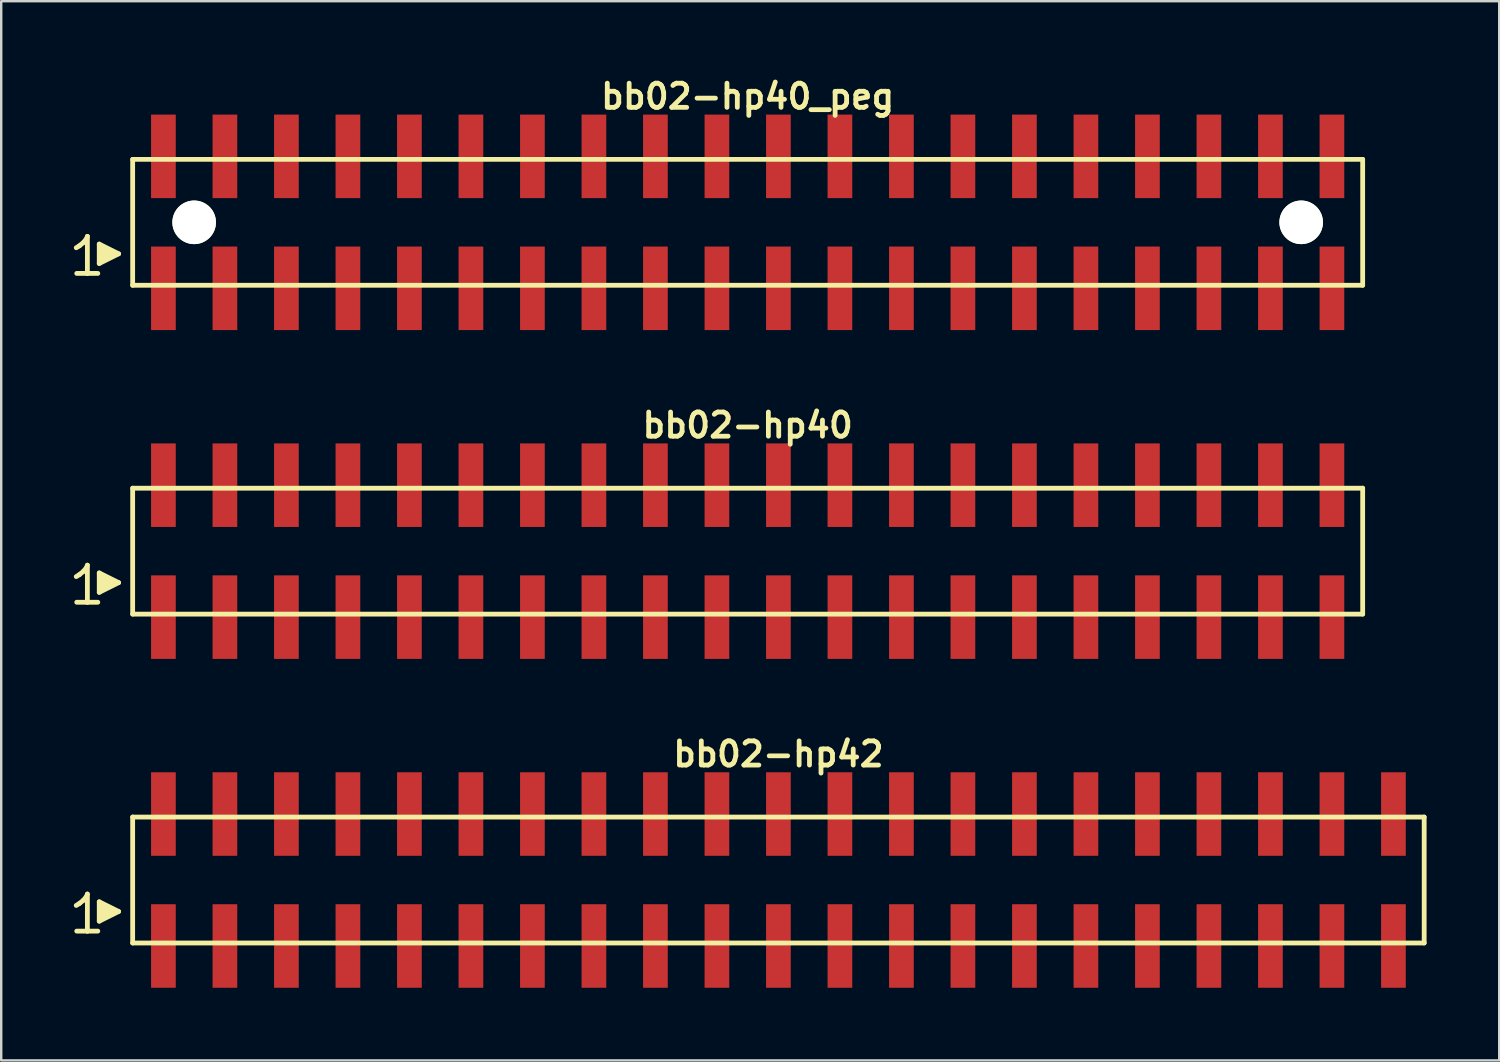
<source format=kicad_pcb>
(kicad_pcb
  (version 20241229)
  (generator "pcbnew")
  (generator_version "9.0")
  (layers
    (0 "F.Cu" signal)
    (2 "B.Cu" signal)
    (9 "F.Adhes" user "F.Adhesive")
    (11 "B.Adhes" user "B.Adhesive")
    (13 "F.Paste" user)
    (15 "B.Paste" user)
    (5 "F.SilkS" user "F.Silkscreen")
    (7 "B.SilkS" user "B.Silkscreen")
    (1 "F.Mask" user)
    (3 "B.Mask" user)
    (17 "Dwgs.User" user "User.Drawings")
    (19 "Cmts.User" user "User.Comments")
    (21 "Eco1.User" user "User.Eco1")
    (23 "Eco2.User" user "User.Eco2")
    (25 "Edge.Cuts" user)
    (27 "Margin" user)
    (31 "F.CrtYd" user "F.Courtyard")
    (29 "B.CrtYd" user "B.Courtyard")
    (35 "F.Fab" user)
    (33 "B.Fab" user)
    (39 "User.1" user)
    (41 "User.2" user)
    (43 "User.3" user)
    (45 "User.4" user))
  (footprint "bb02-hp40_peg"
    (layer "F.Cu")
    (at 27.829 6.132)
    (property "Reference" "bb02-hp40_peg" (at 0 -5.2 0) (layer "F.SilkS") (effects (font (size 0.998 0.998) (thickness 0.198))))
    (attr smd)
    (fp_line (start -27.73 1.05) (end -27.6 0.97) (stroke (width 0.198) (type solid)) (layer "F.SilkS"))
    (fp_line (start -27.6 0.97) (end -27.44 0.84) (stroke (width 0.198) (type solid)) (layer "F.SilkS"))
    (fp_line (start -27.44 0.84) (end -27.3 0.67) (stroke (width 0.198) (type solid)) (layer "F.SilkS"))
    (fp_line (start -27.3 0.67) (end -27.27 0.58) (stroke (width 0.198) (type solid)) (layer "F.SilkS"))
    (fp_line (start -27.27 0.58) (end -27.27 2.11) (stroke (width 0.198) (type solid)) (layer "F.SilkS"))
    (fp_line (start -27.27 2.11) (end -27.71 2.11) (stroke (width 0.198) (type solid)) (layer "F.SilkS"))
    (fp_line (start -26.84 2.11) (end -27.28 2.11) (stroke (width 0.198) (type solid)) (layer "F.SilkS"))
    (fp_line (start -26.78 0.9) (end -25.98 1.3) (stroke (width 0.198) (type solid)) (layer "F.SilkS"))
    (fp_line (start -26.78 1.7) (end -26.78 0.9) (stroke (width 0.198) (type solid)) (layer "F.SilkS"))
    (fp_line (start -26.68 1.6) (end -26.68 1) (stroke (width 0.198) (type solid)) (layer "F.SilkS"))
    (fp_line (start -26.58 1.1) (end -26.58 1.5) (stroke (width 0.198) (type solid)) (layer "F.SilkS"))
    (fp_line (start -26.48 1.5) (end -26.48 1.1) (stroke (width 0.198) (type solid)) (layer "F.SilkS"))
    (fp_line (start -26.38 1.2) (end -26.38 1.4) (stroke (width 0.198) (type solid)) (layer "F.SilkS"))
    (fp_line (start -26.28 1.4) (end -26.28 1.2) (stroke (width 0.198) (type solid)) (layer "F.SilkS"))
    (fp_line (start -25.98 1.3) (end -26.78 1.7) (stroke (width 0.198) (type solid)) (layer "F.SilkS"))
    (fp_line (start -25.4 -2.6) (end -25.4 2.6) (stroke (width 0.198) (type solid)) (layer "F.SilkS"))
    (fp_line (start -25.4 -2.6) (end 25.4 -2.6) (stroke (width 0.198) (type solid)) (layer "F.SilkS"))
    (fp_line (start 25.4 2.6) (end -25.4 2.6) (stroke (width 0.198) (type solid)) (layer "F.SilkS"))
    (fp_line (start 25.4 2.6) (end 25.4 -2.6) (stroke (width 0.198) (type solid)) (layer "F.SilkS"))
    (pad "" np_thru_hole circle (at -22.86 0) (size 1.8 1.8) (drill 1.8) (layers "*.Cu" "*.Mask" "F.SilkS"))
    (pad "" np_thru_hole circle (at 22.86 0) (size 1.8 1.8) (drill 1.8) (layers "*.Cu" "*.Mask" "F.SilkS"))
    (pad "1" smd rect (at -24.13 2.725) (size 1.02 3.45) (layers "F.Cu" "F.Mask" "F.Paste"))
    (pad "2" smd rect (at -24.13 -2.725) (size 1.02 3.45) (layers "F.Cu" "F.Mask" "F.Paste"))
    (pad "3" smd rect (at -21.59 2.725) (size 1.02 3.45) (layers "F.Cu" "F.Mask" "F.Paste"))
    (pad "4" smd rect (at -21.59 -2.725) (size 1.02 3.45) (layers "F.Cu" "F.Mask" "F.Paste"))
    (pad "5" smd rect (at -19.05 2.725) (size 1.02 3.45) (layers "F.Cu" "F.Mask" "F.Paste"))
    (pad "6" smd rect (at -19.05 -2.725) (size 1.02 3.45) (layers "F.Cu" "F.Mask" "F.Paste"))
    (pad "7" smd rect (at -16.51 2.725) (size 1.02 3.45) (layers "F.Cu" "F.Mask" "F.Paste"))
    (pad "8" smd rect (at -16.51 -2.725) (size 1.02 3.45) (layers "F.Cu" "F.Mask" "F.Paste"))
    (pad "9" smd rect (at -13.97 2.725) (size 1.02 3.45) (layers "F.Cu" "F.Mask" "F.Paste"))
    (pad "10" smd rect (at -13.97 -2.725) (size 1.02 3.45) (layers "F.Cu" "F.Mask" "F.Paste"))
    (pad "11" smd rect (at -11.43 2.725) (size 1.02 3.45) (layers "F.Cu" "F.Mask" "F.Paste"))
    (pad "12" smd rect (at -11.43 -2.725) (size 1.02 3.45) (layers "F.Cu" "F.Mask" "F.Paste"))
    (pad "13" smd rect (at -8.89 2.725) (size 1.02 3.45) (layers "F.Cu" "F.Mask" "F.Paste"))
    (pad "14" smd rect (at -8.89 -2.725) (size 1.02 3.45) (layers "F.Cu" "F.Mask" "F.Paste"))
    (pad "15" smd rect (at -6.35 2.725) (size 1.02 3.45) (layers "F.Cu" "F.Mask" "F.Paste"))
    (pad "16" smd rect (at -6.35 -2.725) (size 1.02 3.45) (layers "F.Cu" "F.Mask" "F.Paste"))
    (pad "17" smd rect (at -3.81 2.725) (size 1.02 3.45) (layers "F.Cu" "F.Mask" "F.Paste"))
    (pad "18" smd rect (at -3.81 -2.725) (size 1.02 3.45) (layers "F.Cu" "F.Mask" "F.Paste"))
    (pad "19" smd rect (at -1.27 2.725) (size 1.02 3.45) (layers "F.Cu" "F.Mask" "F.Paste"))
    (pad "20" smd rect (at -1.27 -2.725) (size 1.02 3.45) (layers "F.Cu" "F.Mask" "F.Paste"))
    (pad "21" smd rect (at 1.27 2.725) (size 1.02 3.45) (layers "F.Cu" "F.Mask" "F.Paste"))
    (pad "22" smd rect (at 1.27 -2.725) (size 1.02 3.45) (layers "F.Cu" "F.Mask" "F.Paste"))
    (pad "23" smd rect (at 3.81 2.725) (size 1.02 3.45) (layers "F.Cu" "F.Mask" "F.Paste"))
    (pad "24" smd rect (at 3.81 -2.725) (size 1.02 3.45) (layers "F.Cu" "F.Mask" "F.Paste"))
    (pad "25" smd rect (at 6.35 2.725) (size 1.02 3.45) (layers "F.Cu" "F.Mask" "F.Paste"))
    (pad "26" smd rect (at 6.35 -2.725) (size 1.02 3.45) (layers "F.Cu" "F.Mask" "F.Paste"))
    (pad "27" smd rect (at 8.89 2.725) (size 1.02 3.45) (layers "F.Cu" "F.Mask" "F.Paste"))
    (pad "28" smd rect (at 8.89 -2.725) (size 1.02 3.45) (layers "F.Cu" "F.Mask" "F.Paste"))
    (pad "29" smd rect (at 11.43 2.725) (size 1.02 3.45) (layers "F.Cu" "F.Mask" "F.Paste"))
    (pad "30" smd rect (at 11.43 -2.725) (size 1.02 3.45) (layers "F.Cu" "F.Mask" "F.Paste"))
    (pad "31" smd rect (at 13.97 2.725) (size 1.02 3.45) (layers "F.Cu" "F.Mask" "F.Paste"))
    (pad "32" smd rect (at 13.97 -2.725) (size 1.02 3.45) (layers "F.Cu" "F.Mask" "F.Paste"))
    (pad "33" smd rect (at 16.51 2.725) (size 1.02 3.45) (layers "F.Cu" "F.Mask" "F.Paste"))
    (pad "34" smd rect (at 16.51 -2.725) (size 1.02 3.45) (layers "F.Cu" "F.Mask" "F.Paste"))
    (pad "35" smd rect (at 19.05 2.725) (size 1.02 3.45) (layers "F.Cu" "F.Mask" "F.Paste"))
    (pad "36" smd rect (at 19.05 -2.725) (size 1.02 3.45) (layers "F.Cu" "F.Mask" "F.Paste"))
    (pad "37" smd rect (at 21.59 2.725) (size 1.02 3.45) (layers "F.Cu" "F.Mask" "F.Paste"))
    (pad "38" smd rect (at 21.59 -2.725) (size 1.02 3.45) (layers "F.Cu" "F.Mask" "F.Paste"))
    (pad "39" smd rect (at 24.13 2.725) (size 1.02 3.45) (layers "F.Cu" "F.Mask" "F.Paste"))
    (pad "40" smd rect (at 24.13 -2.725) (size 1.02 3.45) (layers "F.Cu" "F.Mask" "F.Paste")))
  (footprint "bb02-hp42"
    (layer "F.Cu")
    (at 29.099 33.295)
    (property "Reference" "bb02-hp42" (at 0 -5.2 0) (layer "F.SilkS") (effects (font (size 0.998 0.998) (thickness 0.198))))
    (attr smd)
    (fp_line (start -29 1.05) (end -28.87 0.97) (stroke (width 0.198) (type solid)) (layer "F.SilkS"))
    (fp_line (start -28.87 0.97) (end -28.71 0.84) (stroke (width 0.198) (type solid)) (layer "F.SilkS"))
    (fp_line (start -28.71 0.84) (end -28.57 0.67) (stroke (width 0.198) (type solid)) (layer "F.SilkS"))
    (fp_line (start -28.57 0.67) (end -28.54 0.58) (stroke (width 0.198) (type solid)) (layer "F.SilkS"))
    (fp_line (start -28.54 0.58) (end -28.54 2.11) (stroke (width 0.198) (type solid)) (layer "F.SilkS"))
    (fp_line (start -28.54 2.11) (end -28.98 2.11) (stroke (width 0.198) (type solid)) (layer "F.SilkS"))
    (fp_line (start -28.11 2.11) (end -28.55 2.11) (stroke (width 0.198) (type solid)) (layer "F.SilkS"))
    (fp_line (start -28.05 0.9) (end -27.25 1.3) (stroke (width 0.198) (type solid)) (layer "F.SilkS"))
    (fp_line (start -28.05 1.7) (end -28.05 0.9) (stroke (width 0.198) (type solid)) (layer "F.SilkS"))
    (fp_line (start -27.95 1.6) (end -27.95 1) (stroke (width 0.198) (type solid)) (layer "F.SilkS"))
    (fp_line (start -27.85 1.1) (end -27.85 1.5) (stroke (width 0.198) (type solid)) (layer "F.SilkS"))
    (fp_line (start -27.75 1.5) (end -27.75 1.1) (stroke (width 0.198) (type solid)) (layer "F.SilkS"))
    (fp_line (start -27.65 1.2) (end -27.65 1.4) (stroke (width 0.198) (type solid)) (layer "F.SilkS"))
    (fp_line (start -27.55 1.4) (end -27.55 1.2) (stroke (width 0.198) (type solid)) (layer "F.SilkS"))
    (fp_line (start -27.25 1.3) (end -28.05 1.7) (stroke (width 0.198) (type solid)) (layer "F.SilkS"))
    (fp_line (start -26.67 -2.6) (end -26.67 2.6) (stroke (width 0.198) (type solid)) (layer "F.SilkS"))
    (fp_line (start -26.67 -2.6) (end 26.67 -2.6) (stroke (width 0.198) (type solid)) (layer "F.SilkS"))
    (fp_line (start 26.67 2.6) (end -26.67 2.6) (stroke (width 0.198) (type solid)) (layer "F.SilkS"))
    (fp_line (start 26.67 2.6) (end 26.67 -2.6) (stroke (width 0.198) (type solid)) (layer "F.SilkS"))
    (pad "1" smd rect (at -25.4 2.725) (size 1.02 3.45) (layers "F.Cu" "F.Mask" "F.Paste"))
    (pad "2" smd rect (at -25.4 -2.725) (size 1.02 3.45) (layers "F.Cu" "F.Mask" "F.Paste"))
    (pad "3" smd rect (at -22.86 2.725) (size 1.02 3.45) (layers "F.Cu" "F.Mask" "F.Paste"))
    (pad "4" smd rect (at -22.86 -2.725) (size 1.02 3.45) (layers "F.Cu" "F.Mask" "F.Paste"))
    (pad "5" smd rect (at -20.32 2.725) (size 1.02 3.45) (layers "F.Cu" "F.Mask" "F.Paste"))
    (pad "6" smd rect (at -20.32 -2.725) (size 1.02 3.45) (layers "F.Cu" "F.Mask" "F.Paste"))
    (pad "7" smd rect (at -17.78 2.725) (size 1.02 3.45) (layers "F.Cu" "F.Mask" "F.Paste"))
    (pad "8" smd rect (at -17.78 -2.725) (size 1.02 3.45) (layers "F.Cu" "F.Mask" "F.Paste"))
    (pad "9" smd rect (at -15.24 2.725) (size 1.02 3.45) (layers "F.Cu" "F.Mask" "F.Paste"))
    (pad "10" smd rect (at -15.24 -2.725) (size 1.02 3.45) (layers "F.Cu" "F.Mask" "F.Paste"))
    (pad "11" smd rect (at -12.7 2.725) (size 1.02 3.45) (layers "F.Cu" "F.Mask" "F.Paste"))
    (pad "12" smd rect (at -12.7 -2.725) (size 1.02 3.45) (layers "F.Cu" "F.Mask" "F.Paste"))
    (pad "13" smd rect (at -10.16 2.725) (size 1.02 3.45) (layers "F.Cu" "F.Mask" "F.Paste"))
    (pad "14" smd rect (at -10.16 -2.725) (size 1.02 3.45) (layers "F.Cu" "F.Mask" "F.Paste"))
    (pad "15" smd rect (at -7.62 2.725) (size 1.02 3.45) (layers "F.Cu" "F.Mask" "F.Paste"))
    (pad "16" smd rect (at -7.62 -2.725) (size 1.02 3.45) (layers "F.Cu" "F.Mask" "F.Paste"))
    (pad "17" smd rect (at -5.08 2.725) (size 1.02 3.45) (layers "F.Cu" "F.Mask" "F.Paste"))
    (pad "18" smd rect (at -5.08 -2.725) (size 1.02 3.45) (layers "F.Cu" "F.Mask" "F.Paste"))
    (pad "19" smd rect (at -2.54 2.725) (size 1.02 3.45) (layers "F.Cu" "F.Mask" "F.Paste"))
    (pad "20" smd rect (at -2.54 -2.725) (size 1.02 3.45) (layers "F.Cu" "F.Mask" "F.Paste"))
    (pad "21" smd rect (at 0 2.725) (size 1.02 3.45) (layers "F.Cu" "F.Mask" "F.Paste"))
    (pad "22" smd rect (at 0 -2.725) (size 1.02 3.45) (layers "F.Cu" "F.Mask" "F.Paste"))
    (pad "23" smd rect (at 2.54 2.725) (size 1.02 3.45) (layers "F.Cu" "F.Mask" "F.Paste"))
    (pad "24" smd rect (at 2.54 -2.725) (size 1.02 3.45) (layers "F.Cu" "F.Mask" "F.Paste"))
    (pad "25" smd rect (at 5.08 2.725) (size 1.02 3.45) (layers "F.Cu" "F.Mask" "F.Paste"))
    (pad "26" smd rect (at 5.08 -2.725) (size 1.02 3.45) (layers "F.Cu" "F.Mask" "F.Paste"))
    (pad "27" smd rect (at 7.62 2.725) (size 1.02 3.45) (layers "F.Cu" "F.Mask" "F.Paste"))
    (pad "28" smd rect (at 7.62 -2.725) (size 1.02 3.45) (layers "F.Cu" "F.Mask" "F.Paste"))
    (pad "29" smd rect (at 10.16 2.725) (size 1.02 3.45) (layers "F.Cu" "F.Mask" "F.Paste"))
    (pad "30" smd rect (at 10.16 -2.725) (size 1.02 3.45) (layers "F.Cu" "F.Mask" "F.Paste"))
    (pad "31" smd rect (at 12.7 2.725) (size 1.02 3.45) (layers "F.Cu" "F.Mask" "F.Paste"))
    (pad "32" smd rect (at 12.7 -2.725) (size 1.02 3.45) (layers "F.Cu" "F.Mask" "F.Paste"))
    (pad "33" smd rect (at 15.24 2.725) (size 1.02 3.45) (layers "F.Cu" "F.Mask" "F.Paste"))
    (pad "34" smd rect (at 15.24 -2.725) (size 1.02 3.45) (layers "F.Cu" "F.Mask" "F.Paste"))
    (pad "35" smd rect (at 17.78 2.725) (size 1.02 3.45) (layers "F.Cu" "F.Mask" "F.Paste"))
    (pad "36" smd rect (at 17.78 -2.725) (size 1.02 3.45) (layers "F.Cu" "F.Mask" "F.Paste"))
    (pad "37" smd rect (at 20.32 2.725) (size 1.02 3.45) (layers "F.Cu" "F.Mask" "F.Paste"))
    (pad "38" smd rect (at 20.32 -2.725) (size 1.02 3.45) (layers "F.Cu" "F.Mask" "F.Paste"))
    (pad "39" smd rect (at 22.86 2.725) (size 1.02 3.45) (layers "F.Cu" "F.Mask" "F.Paste"))
    (pad "40" smd rect (at 22.86 -2.725) (size 1.02 3.45) (layers "F.Cu" "F.Mask" "F.Paste"))
    (pad "41" smd rect (at 25.4 2.725) (size 1.02 3.45) (layers "F.Cu" "F.Mask" "F.Paste"))
    (pad "42" smd rect (at 25.4 -2.725) (size 1.02 3.45) (layers "F.Cu" "F.Mask" "F.Paste")))
  (footprint "bb02-hp40"
    (layer "F.Cu")
    (at 27.829 19.713)
    (property "Reference" "bb02-hp40" (at 0 -5.2 0) (layer "F.SilkS") (effects (font (size 0.998 0.998) (thickness 0.198))))
    (attr smd)
    (fp_line (start -27.73 1.05) (end -27.6 0.97) (stroke (width 0.198) (type solid)) (layer "F.SilkS"))
    (fp_line (start -27.6 0.97) (end -27.44 0.84) (stroke (width 0.198) (type solid)) (layer "F.SilkS"))
    (fp_line (start -27.44 0.84) (end -27.3 0.67) (stroke (width 0.198) (type solid)) (layer "F.SilkS"))
    (fp_line (start -27.3 0.67) (end -27.27 0.58) (stroke (width 0.198) (type solid)) (layer "F.SilkS"))
    (fp_line (start -27.27 0.58) (end -27.27 2.11) (stroke (width 0.198) (type solid)) (layer "F.SilkS"))
    (fp_line (start -27.27 2.11) (end -27.71 2.11) (stroke (width 0.198) (type solid)) (layer "F.SilkS"))
    (fp_line (start -26.84 2.11) (end -27.28 2.11) (stroke (width 0.198) (type solid)) (layer "F.SilkS"))
    (fp_line (start -26.78 0.9) (end -25.98 1.3) (stroke (width 0.198) (type solid)) (layer "F.SilkS"))
    (fp_line (start -26.78 1.7) (end -26.78 0.9) (stroke (width 0.198) (type solid)) (layer "F.SilkS"))
    (fp_line (start -26.68 1.6) (end -26.68 1) (stroke (width 0.198) (type solid)) (layer "F.SilkS"))
    (fp_line (start -26.58 1.1) (end -26.58 1.5) (stroke (width 0.198) (type solid)) (layer "F.SilkS"))
    (fp_line (start -26.48 1.5) (end -26.48 1.1) (stroke (width 0.198) (type solid)) (layer "F.SilkS"))
    (fp_line (start -26.38 1.2) (end -26.38 1.4) (stroke (width 0.198) (type solid)) (layer "F.SilkS"))
    (fp_line (start -26.28 1.4) (end -26.28 1.2) (stroke (width 0.198) (type solid)) (layer "F.SilkS"))
    (fp_line (start -25.98 1.3) (end -26.78 1.7) (stroke (width 0.198) (type solid)) (layer "F.SilkS"))
    (fp_line (start -25.4 -2.6) (end -25.4 2.6) (stroke (width 0.198) (type solid)) (layer "F.SilkS"))
    (fp_line (start -25.4 -2.6) (end 25.4 -2.6) (stroke (width 0.198) (type solid)) (layer "F.SilkS"))
    (fp_line (start 25.4 2.6) (end -25.4 2.6) (stroke (width 0.198) (type solid)) (layer "F.SilkS"))
    (fp_line (start 25.4 2.6) (end 25.4 -2.6) (stroke (width 0.198) (type solid)) (layer "F.SilkS"))
    (pad "1" smd rect (at -24.13 2.725) (size 1.02 3.45) (layers "F.Cu" "F.Mask" "F.Paste"))
    (pad "2" smd rect (at -24.13 -2.725) (size 1.02 3.45) (layers "F.Cu" "F.Mask" "F.Paste"))
    (pad "3" smd rect (at -21.59 2.725) (size 1.02 3.45) (layers "F.Cu" "F.Mask" "F.Paste"))
    (pad "4" smd rect (at -21.59 -2.725) (size 1.02 3.45) (layers "F.Cu" "F.Mask" "F.Paste"))
    (pad "5" smd rect (at -19.05 2.725) (size 1.02 3.45) (layers "F.Cu" "F.Mask" "F.Paste"))
    (pad "6" smd rect (at -19.05 -2.725) (size 1.02 3.45) (layers "F.Cu" "F.Mask" "F.Paste"))
    (pad "7" smd rect (at -16.51 2.725) (size 1.02 3.45) (layers "F.Cu" "F.Mask" "F.Paste"))
    (pad "8" smd rect (at -16.51 -2.725) (size 1.02 3.45) (layers "F.Cu" "F.Mask" "F.Paste"))
    (pad "9" smd rect (at -13.97 2.725) (size 1.02 3.45) (layers "F.Cu" "F.Mask" "F.Paste"))
    (pad "10" smd rect (at -13.97 -2.725) (size 1.02 3.45) (layers "F.Cu" "F.Mask" "F.Paste"))
    (pad "11" smd rect (at -11.43 2.725) (size 1.02 3.45) (layers "F.Cu" "F.Mask" "F.Paste"))
    (pad "12" smd rect (at -11.43 -2.725) (size 1.02 3.45) (layers "F.Cu" "F.Mask" "F.Paste"))
    (pad "13" smd rect (at -8.89 2.725) (size 1.02 3.45) (layers "F.Cu" "F.Mask" "F.Paste"))
    (pad "14" smd rect (at -8.89 -2.725) (size 1.02 3.45) (layers "F.Cu" "F.Mask" "F.Paste"))
    (pad "15" smd rect (at -6.35 2.725) (size 1.02 3.45) (layers "F.Cu" "F.Mask" "F.Paste"))
    (pad "16" smd rect (at -6.35 -2.725) (size 1.02 3.45) (layers "F.Cu" "F.Mask" "F.Paste"))
    (pad "17" smd rect (at -3.81 2.725) (size 1.02 3.45) (layers "F.Cu" "F.Mask" "F.Paste"))
    (pad "18" smd rect (at -3.81 -2.725) (size 1.02 3.45) (layers "F.Cu" "F.Mask" "F.Paste"))
    (pad "19" smd rect (at -1.27 2.725) (size 1.02 3.45) (layers "F.Cu" "F.Mask" "F.Paste"))
    (pad "20" smd rect (at -1.27 -2.725) (size 1.02 3.45) (layers "F.Cu" "F.Mask" "F.Paste"))
    (pad "21" smd rect (at 1.27 2.725) (size 1.02 3.45) (layers "F.Cu" "F.Mask" "F.Paste"))
    (pad "22" smd rect (at 1.27 -2.725) (size 1.02 3.45) (layers "F.Cu" "F.Mask" "F.Paste"))
    (pad "23" smd rect (at 3.81 2.725) (size 1.02 3.45) (layers "F.Cu" "F.Mask" "F.Paste"))
    (pad "24" smd rect (at 3.81 -2.725) (size 1.02 3.45) (layers "F.Cu" "F.Mask" "F.Paste"))
    (pad "25" smd rect (at 6.35 2.725) (size 1.02 3.45) (layers "F.Cu" "F.Mask" "F.Paste"))
    (pad "26" smd rect (at 6.35 -2.725) (size 1.02 3.45) (layers "F.Cu" "F.Mask" "F.Paste"))
    (pad "27" smd rect (at 8.89 2.725) (size 1.02 3.45) (layers "F.Cu" "F.Mask" "F.Paste"))
    (pad "28" smd rect (at 8.89 -2.725) (size 1.02 3.45) (layers "F.Cu" "F.Mask" "F.Paste"))
    (pad "29" smd rect (at 11.43 2.725) (size 1.02 3.45) (layers "F.Cu" "F.Mask" "F.Paste"))
    (pad "30" smd rect (at 11.43 -2.725) (size 1.02 3.45) (layers "F.Cu" "F.Mask" "F.Paste"))
    (pad "31" smd rect (at 13.97 2.725) (size 1.02 3.45) (layers "F.Cu" "F.Mask" "F.Paste"))
    (pad "32" smd rect (at 13.97 -2.725) (size 1.02 3.45) (layers "F.Cu" "F.Mask" "F.Paste"))
    (pad "33" smd rect (at 16.51 2.725) (size 1.02 3.45) (layers "F.Cu" "F.Mask" "F.Paste"))
    (pad "34" smd rect (at 16.51 -2.725) (size 1.02 3.45) (layers "F.Cu" "F.Mask" "F.Paste"))
    (pad "35" smd rect (at 19.05 2.725) (size 1.02 3.45) (layers "F.Cu" "F.Mask" "F.Paste"))
    (pad "36" smd rect (at 19.05 -2.725) (size 1.02 3.45) (layers "F.Cu" "F.Mask" "F.Paste"))
    (pad "37" smd rect (at 21.59 2.725) (size 1.02 3.45) (layers "F.Cu" "F.Mask" "F.Paste"))
    (pad "38" smd rect (at 21.59 -2.725) (size 1.02 3.45) (layers "F.Cu" "F.Mask" "F.Paste"))
    (pad "39" smd rect (at 24.13 2.725) (size 1.02 3.45) (layers "F.Cu" "F.Mask" "F.Paste"))
    (pad "40" smd rect (at 24.13 -2.725) (size 1.02 3.45) (layers "F.Cu" "F.Mask" "F.Paste")))
  (gr_rect
    (start -3 -3)
    (end 58.868 40.745)
    (stroke (width 0.1) (type default))
    (fill no)
    (layer "Edge.Cuts")))
</source>
